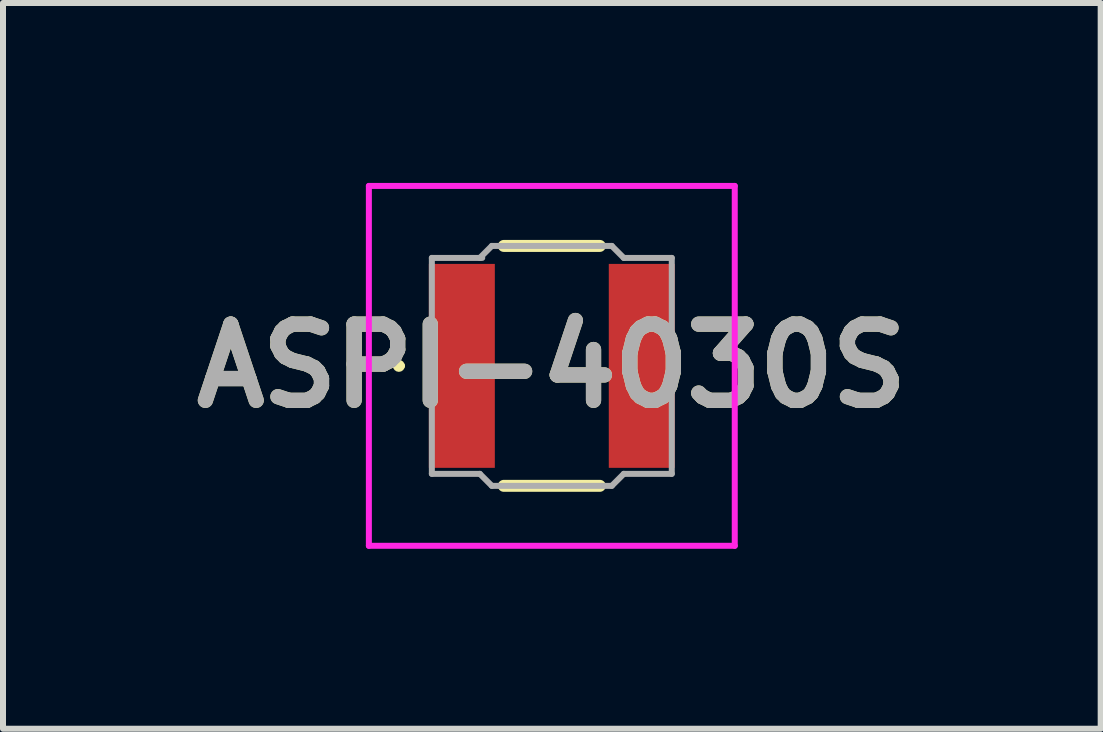
<source format=kicad_pcb>
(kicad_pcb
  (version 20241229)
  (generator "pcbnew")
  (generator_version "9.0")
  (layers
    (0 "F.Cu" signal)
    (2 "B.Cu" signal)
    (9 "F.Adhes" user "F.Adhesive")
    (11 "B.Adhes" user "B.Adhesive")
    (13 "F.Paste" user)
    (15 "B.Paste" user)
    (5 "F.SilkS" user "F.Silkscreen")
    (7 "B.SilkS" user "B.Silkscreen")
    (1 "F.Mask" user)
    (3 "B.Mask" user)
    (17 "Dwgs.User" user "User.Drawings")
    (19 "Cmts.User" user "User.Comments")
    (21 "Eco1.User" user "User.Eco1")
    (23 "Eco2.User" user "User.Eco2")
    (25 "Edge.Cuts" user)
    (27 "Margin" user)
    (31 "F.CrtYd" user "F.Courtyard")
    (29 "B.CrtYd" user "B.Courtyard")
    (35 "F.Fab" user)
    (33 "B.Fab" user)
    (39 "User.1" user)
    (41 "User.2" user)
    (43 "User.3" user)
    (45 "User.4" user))
  (footprint "ASPI-4030S"
    (layer "F.Cu")
    (at 6.15 3.05)
    (property "Reference" "ASPI-4030S" (at 0 0 0) (layer "F.SilkS") (effects (font (size 1.27 1.27) (thickness 0.254))))
    (attr smd)
    (fp_line (start -2.6 0) (end -2.6 0) (stroke (width 0.1) (type solid)) (layer "F.SilkS"))
    (fp_line (start -2.5 0) (end -2.5 0) (stroke (width 0.1) (type solid)) (layer "F.SilkS"))
    (fp_line (start -0.8 -2) (end 0.8 -2) (stroke (width 0.2) (type solid)) (layer "F.SilkS"))
    (fp_line (start -0.8 2) (end 0.8 2) (stroke (width 0.2) (type solid)) (layer "F.SilkS"))
    (fp_arc (start -2.6 0) (mid -2.55 -0.05) (end -2.5 0) (stroke (width 0.1) (type solid)) (layer "F.SilkS"))
    (fp_arc (start -2.5 0) (mid -2.55 0.05) (end -2.6 0) (stroke (width 0.1) (type solid)) (layer "F.SilkS"))
    (fp_line (start -3.05 -3) (end 3.05 -3) (stroke (width 0.1) (type solid)) (layer "F.CrtYd"))
    (fp_line (start -3.05 3) (end -3.05 -3) (stroke (width 0.1) (type solid)) (layer "F.CrtYd"))
    (fp_line (start 3.05 -3) (end 3.05 3) (stroke (width 0.1) (type solid)) (layer "F.CrtYd"))
    (fp_line (start 3.05 3) (end -3.05 3) (stroke (width 0.1) (type solid)) (layer "F.CrtYd"))
    (fp_line (start -2 -1.8) (end -1.16 -1.8) (stroke (width 0.1) (type solid)) (layer "F.Fab"))
    (fp_line (start -2 1.8) (end -2 -1.8) (stroke (width 0.1) (type solid)) (layer "F.Fab"))
    (fp_line (start -1.2 -1.8) (end -1 -2) (stroke (width 0.1) (type solid)) (layer "F.Fab"))
    (fp_line (start -1.2 1.8) (end -2 1.8) (stroke (width 0.1) (type solid)) (layer "F.Fab"))
    (fp_line (start -1 -2) (end 1 -2) (stroke (width 0.1) (type solid)) (layer "F.Fab"))
    (fp_line (start -1 2) (end -1.2 1.8) (stroke (width 0.1) (type solid)) (layer "F.Fab"))
    (fp_line (start 1 -2) (end 1.2 -1.8) (stroke (width 0.1) (type solid)) (layer "F.Fab"))
    (fp_line (start 1 2) (end -1 2) (stroke (width 0.1) (type solid)) (layer "F.Fab"))
    (fp_line (start 1.2 -1.8) (end 2 -1.8) (stroke (width 0.1) (type solid)) (layer "F.Fab"))
    (fp_line (start 1.2 1.8) (end 1 2) (stroke (width 0.1) (type solid)) (layer "F.Fab"))
    (fp_line (start 2 -1.8) (end 2 1.8) (stroke (width 0.1) (type solid)) (layer "F.Fab"))
    (fp_line (start 2 1.8) (end 1.2 1.8) (stroke (width 0.1) (type solid)) (layer "F.Fab"))
    (fp_text user "${REFERENCE}" (at 0 0 0) (layer "F.Fab") (effects (font (size 1.27 1.27) (thickness 0.254))))
    (pad "1" smd rect (at -1.5 0) (size 1.1 3.4) (layers "F.Cu" "F.Mask" "F.Paste"))
    (pad "2" smd rect (at 1.5 0) (size 1.1 3.4) (layers "F.Cu" "F.Mask" "F.Paste")))
  (gr_rect
    (start -3 -3)
    (end 15.301 9.1)
    (stroke (width 0.1) (type default))
    (fill no)
    (layer "Edge.Cuts")))
</source>
